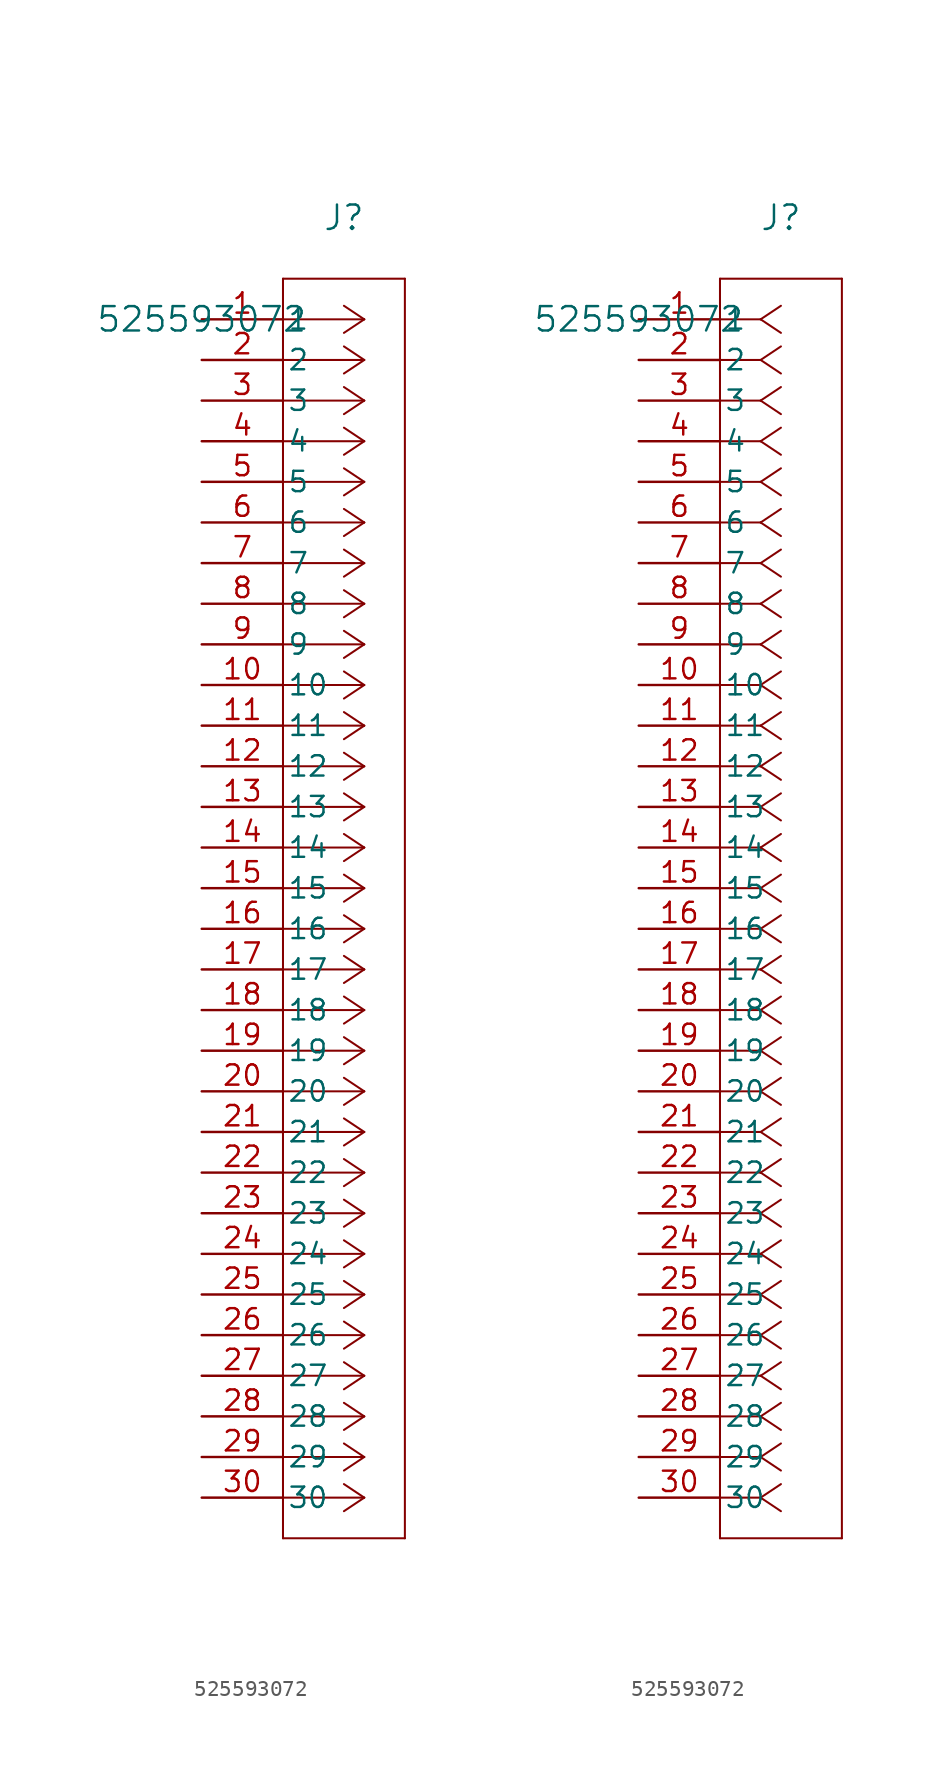
<source format=kicad_sym>
(kicad_symbol_lib
  (version 20241209)
  (generator "kicad_symbol_editor")
  (generator_version "9.0")
  (symbol "525593072"
    (pin_names
      (offset 0.254))
    (property "Reference" "J"
      (at 8.89 6.35 0)
      (effects (font (size 1.524 1.524))))
    (property "Value" "525593072"
      (at 0 0 0)
      (effects (font (size 1.524 1.524))))
    (symbol "525593072_1_1"
      (polyline (pts (xy 5.08 2.54) (xy 5.08 -76.2)) (stroke (width 0.127) (type default)) (fill (type none)))
      (polyline (pts (xy 5.08 -76.2) (xy 12.7 -76.2)) (stroke (width 0.127) (type default)) (fill (type none)))
      (polyline (pts (xy 10.16 0) (xy 5.08 0)) (stroke (width 0.127) (type default)) (fill (type none)))
      (polyline (pts (xy 10.16 0) (xy 8.89 0.847)) (stroke (width 0.127) (type default)) (fill (type none)))
      (polyline (pts (xy 10.16 0) (xy 8.89 -0.847)) (stroke (width 0.127) (type default)) (fill (type none)))
      (polyline (pts (xy 10.16 -2.54) (xy 5.08 -2.54)) (stroke (width 0.127) (type default)) (fill (type none)))
      (polyline (pts (xy 10.16 -2.54) (xy 8.89 -1.693)) (stroke (width 0.127) (type default)) (fill (type none)))
      (polyline (pts (xy 10.16 -2.54) (xy 8.89 -3.387)) (stroke (width 0.127) (type default)) (fill (type none)))
      (polyline (pts (xy 10.16 -5.08) (xy 5.08 -5.08)) (stroke (width 0.127) (type default)) (fill (type none)))
      (polyline (pts (xy 10.16 -5.08) (xy 8.89 -4.233)) (stroke (width 0.127) (type default)) (fill (type none)))
      (polyline (pts (xy 10.16 -5.08) (xy 8.89 -5.927)) (stroke (width 0.127) (type default)) (fill (type none)))
      (polyline (pts (xy 10.16 -7.62) (xy 5.08 -7.62)) (stroke (width 0.127) (type default)) (fill (type none)))
      (polyline (pts (xy 10.16 -7.62) (xy 8.89 -6.773)) (stroke (width 0.127) (type default)) (fill (type none)))
      (polyline (pts (xy 10.16 -7.62) (xy 8.89 -8.467)) (stroke (width 0.127) (type default)) (fill (type none)))
      (polyline (pts (xy 10.16 -10.16) (xy 5.08 -10.16)) (stroke (width 0.127) (type default)) (fill (type none)))
      (polyline (pts (xy 10.16 -10.16) (xy 8.89 -9.313)) (stroke (width 0.127) (type default)) (fill (type none)))
      (polyline (pts (xy 10.16 -10.16) (xy 8.89 -11.007)) (stroke (width 0.127) (type default)) (fill (type none)))
      (polyline (pts (xy 10.16 -12.7) (xy 5.08 -12.7)) (stroke (width 0.127) (type default)) (fill (type none)))
      (polyline (pts (xy 10.16 -12.7) (xy 8.89 -11.853)) (stroke (width 0.127) (type default)) (fill (type none)))
      (polyline (pts (xy 10.16 -12.7) (xy 8.89 -13.547)) (stroke (width 0.127) (type default)) (fill (type none)))
      (polyline (pts (xy 10.16 -15.24) (xy 5.08 -15.24)) (stroke (width 0.127) (type default)) (fill (type none)))
      (polyline (pts (xy 10.16 -15.24) (xy 8.89 -14.393)) (stroke (width 0.127) (type default)) (fill (type none)))
      (polyline (pts (xy 10.16 -15.24) (xy 8.89 -16.087)) (stroke (width 0.127) (type default)) (fill (type none)))
      (polyline (pts (xy 10.16 -17.78) (xy 5.08 -17.78)) (stroke (width 0.127) (type default)) (fill (type none)))
      (polyline (pts (xy 10.16 -17.78) (xy 8.89 -16.933)) (stroke (width 0.127) (type default)) (fill (type none)))
      (polyline (pts (xy 10.16 -17.78) (xy 8.89 -18.627)) (stroke (width 0.127) (type default)) (fill (type none)))
      (polyline (pts (xy 10.16 -20.32) (xy 5.08 -20.32)) (stroke (width 0.127) (type default)) (fill (type none)))
      (polyline (pts (xy 10.16 -20.32) (xy 8.89 -19.473)) (stroke (width 0.127) (type default)) (fill (type none)))
      (polyline (pts (xy 10.16 -20.32) (xy 8.89 -21.167)) (stroke (width 0.127) (type default)) (fill (type none)))
      (polyline (pts (xy 10.16 -22.86) (xy 5.08 -22.86)) (stroke (width 0.127) (type default)) (fill (type none)))
      (polyline (pts (xy 10.16 -22.86) (xy 8.89 -22.013)) (stroke (width 0.127) (type default)) (fill (type none)))
      (polyline (pts (xy 10.16 -22.86) (xy 8.89 -23.707)) (stroke (width 0.127) (type default)) (fill (type none)))
      (polyline (pts (xy 10.16 -25.4) (xy 5.08 -25.4)) (stroke (width 0.127) (type default)) (fill (type none)))
      (polyline (pts (xy 10.16 -25.4) (xy 8.89 -24.553)) (stroke (width 0.127) (type default)) (fill (type none)))
      (polyline (pts (xy 10.16 -25.4) (xy 8.89 -26.247)) (stroke (width 0.127) (type default)) (fill (type none)))
      (polyline (pts (xy 10.16 -27.94) (xy 5.08 -27.94)) (stroke (width 0.127) (type default)) (fill (type none)))
      (polyline (pts (xy 10.16 -27.94) (xy 8.89 -27.093)) (stroke (width 0.127) (type default)) (fill (type none)))
      (polyline (pts (xy 10.16 -27.94) (xy 8.89 -28.787)) (stroke (width 0.127) (type default)) (fill (type none)))
      (polyline (pts (xy 10.16 -30.48) (xy 5.08 -30.48)) (stroke (width 0.127) (type default)) (fill (type none)))
      (polyline (pts (xy 10.16 -30.48) (xy 8.89 -29.633)) (stroke (width 0.127) (type default)) (fill (type none)))
      (polyline (pts (xy 10.16 -30.48) (xy 8.89 -31.327)) (stroke (width 0.127) (type default)) (fill (type none)))
      (polyline (pts (xy 10.16 -33.02) (xy 5.08 -33.02)) (stroke (width 0.127) (type default)) (fill (type none)))
      (polyline (pts (xy 10.16 -33.02) (xy 8.89 -32.173)) (stroke (width 0.127) (type default)) (fill (type none)))
      (polyline (pts (xy 10.16 -33.02) (xy 8.89 -33.867)) (stroke (width 0.127) (type default)) (fill (type none)))
      (polyline (pts (xy 10.16 -35.56) (xy 5.08 -35.56)) (stroke (width 0.127) (type default)) (fill (type none)))
      (polyline (pts (xy 10.16 -35.56) (xy 8.89 -34.713)) (stroke (width 0.127) (type default)) (fill (type none)))
      (polyline (pts (xy 10.16 -35.56) (xy 8.89 -36.407)) (stroke (width 0.127) (type default)) (fill (type none)))
      (polyline (pts (xy 10.16 -38.1) (xy 5.08 -38.1)) (stroke (width 0.127) (type default)) (fill (type none)))
      (polyline (pts (xy 10.16 -38.1) (xy 8.89 -37.253)) (stroke (width 0.127) (type default)) (fill (type none)))
      (polyline (pts (xy 10.16 -38.1) (xy 8.89 -38.947)) (stroke (width 0.127) (type default)) (fill (type none)))
      (polyline (pts (xy 10.16 -40.64) (xy 5.08 -40.64)) (stroke (width 0.127) (type default)) (fill (type none)))
      (polyline (pts (xy 10.16 -40.64) (xy 8.89 -39.793)) (stroke (width 0.127) (type default)) (fill (type none)))
      (polyline (pts (xy 10.16 -40.64) (xy 8.89 -41.487)) (stroke (width 0.127) (type default)) (fill (type none)))
      (polyline (pts (xy 10.16 -43.18) (xy 5.08 -43.18)) (stroke (width 0.127) (type default)) (fill (type none)))
      (polyline (pts (xy 10.16 -43.18) (xy 8.89 -42.333)) (stroke (width 0.127) (type default)) (fill (type none)))
      (polyline (pts (xy 10.16 -43.18) (xy 8.89 -44.027)) (stroke (width 0.127) (type default)) (fill (type none)))
      (polyline (pts (xy 10.16 -45.72) (xy 5.08 -45.72)) (stroke (width 0.127) (type default)) (fill (type none)))
      (polyline (pts (xy 10.16 -45.72) (xy 8.89 -44.873)) (stroke (width 0.127) (type default)) (fill (type none)))
      (polyline (pts (xy 10.16 -45.72) (xy 8.89 -46.567)) (stroke (width 0.127) (type default)) (fill (type none)))
      (polyline (pts (xy 10.16 -48.26) (xy 5.08 -48.26)) (stroke (width 0.127) (type default)) (fill (type none)))
      (polyline (pts (xy 10.16 -48.26) (xy 8.89 -47.413)) (stroke (width 0.127) (type default)) (fill (type none)))
      (polyline (pts (xy 10.16 -48.26) (xy 8.89 -49.107)) (stroke (width 0.127) (type default)) (fill (type none)))
      (polyline (pts (xy 10.16 -50.8) (xy 5.08 -50.8)) (stroke (width 0.127) (type default)) (fill (type none)))
      (polyline (pts (xy 10.16 -50.8) (xy 8.89 -49.953)) (stroke (width 0.127) (type default)) (fill (type none)))
      (polyline (pts (xy 10.16 -50.8) (xy 8.89 -51.647)) (stroke (width 0.127) (type default)) (fill (type none)))
      (polyline (pts (xy 10.16 -53.34) (xy 5.08 -53.34)) (stroke (width 0.127) (type default)) (fill (type none)))
      (polyline (pts (xy 10.16 -53.34) (xy 8.89 -52.493)) (stroke (width 0.127) (type default)) (fill (type none)))
      (polyline (pts (xy 10.16 -53.34) (xy 8.89 -54.187)) (stroke (width 0.127) (type default)) (fill (type none)))
      (polyline (pts (xy 10.16 -55.88) (xy 5.08 -55.88)) (stroke (width 0.127) (type default)) (fill (type none)))
      (polyline (pts (xy 10.16 -55.88) (xy 8.89 -55.033)) (stroke (width 0.127) (type default)) (fill (type none)))
      (polyline (pts (xy 10.16 -55.88) (xy 8.89 -56.727)) (stroke (width 0.127) (type default)) (fill (type none)))
      (polyline (pts (xy 10.16 -58.42) (xy 5.08 -58.42)) (stroke (width 0.127) (type default)) (fill (type none)))
      (polyline (pts (xy 10.16 -58.42) (xy 8.89 -57.573)) (stroke (width 0.127) (type default)) (fill (type none)))
      (polyline (pts (xy 10.16 -58.42) (xy 8.89 -59.267)) (stroke (width 0.127) (type default)) (fill (type none)))
      (polyline (pts (xy 10.16 -60.96) (xy 5.08 -60.96)) (stroke (width 0.127) (type default)) (fill (type none)))
      (polyline (pts (xy 10.16 -60.96) (xy 8.89 -60.113)) (stroke (width 0.127) (type default)) (fill (type none)))
      (polyline (pts (xy 10.16 -60.96) (xy 8.89 -61.807)) (stroke (width 0.127) (type default)) (fill (type none)))
      (polyline (pts (xy 10.16 -63.5) (xy 5.08 -63.5)) (stroke (width 0.127) (type default)) (fill (type none)))
      (polyline (pts (xy 10.16 -63.5) (xy 8.89 -62.653)) (stroke (width 0.127) (type default)) (fill (type none)))
      (polyline (pts (xy 10.16 -63.5) (xy 8.89 -64.347)) (stroke (width 0.127) (type default)) (fill (type none)))
      (polyline (pts (xy 10.16 -66.04) (xy 5.08 -66.04)) (stroke (width 0.127) (type default)) (fill (type none)))
      (polyline (pts (xy 10.16 -66.04) (xy 8.89 -65.193)) (stroke (width 0.127) (type default)) (fill (type none)))
      (polyline (pts (xy 10.16 -66.04) (xy 8.89 -66.887)) (stroke (width 0.127) (type default)) (fill (type none)))
      (polyline (pts (xy 10.16 -68.58) (xy 5.08 -68.58)) (stroke (width 0.127) (type default)) (fill (type none)))
      (polyline (pts (xy 10.16 -68.58) (xy 8.89 -67.733)) (stroke (width 0.127) (type default)) (fill (type none)))
      (polyline (pts (xy 10.16 -68.58) (xy 8.89 -69.427)) (stroke (width 0.127) (type default)) (fill (type none)))
      (polyline (pts (xy 10.16 -71.12) (xy 5.08 -71.12)) (stroke (width 0.127) (type default)) (fill (type none)))
      (polyline (pts (xy 10.16 -71.12) (xy 8.89 -70.273)) (stroke (width 0.127) (type default)) (fill (type none)))
      (polyline (pts (xy 10.16 -71.12) (xy 8.89 -71.967)) (stroke (width 0.127) (type default)) (fill (type none)))
      (polyline (pts (xy 10.16 -73.66) (xy 5.08 -73.66)) (stroke (width 0.127) (type default)) (fill (type none)))
      (polyline (pts (xy 10.16 -73.66) (xy 8.89 -72.813)) (stroke (width 0.127) (type default)) (fill (type none)))
      (polyline (pts (xy 10.16 -73.66) (xy 8.89 -74.507)) (stroke (width 0.127) (type default)) (fill (type none)))
      (polyline (pts (xy 12.7 2.54) (xy 5.08 2.54)) (stroke (width 0.127) (type default)) (fill (type none)))
      (polyline (pts (xy 12.7 -76.2) (xy 12.7 2.54)) (stroke (width 0.127) (type default)) (fill (type none)))
      (pin unspecified line (at 0 0 0) (length 5.08) (name "1" (effects (font (size 1.27 1.27)))) (number "1" (effects (font (size 1.27 1.27)))))
      (pin unspecified line (at 0 -2.54 0) (length 5.08) (name "2" (effects (font (size 1.27 1.27)))) (number "2" (effects (font (size 1.27 1.27)))))
      (pin unspecified line (at 0 -5.08 0) (length 5.08) (name "3" (effects (font (size 1.27 1.27)))) (number "3" (effects (font (size 1.27 1.27)))))
      (pin unspecified line (at 0 -7.62 0) (length 5.08) (name "4" (effects (font (size 1.27 1.27)))) (number "4" (effects (font (size 1.27 1.27)))))
      (pin unspecified line (at 0 -10.16 0) (length 5.08) (name "5" (effects (font (size 1.27 1.27)))) (number "5" (effects (font (size 1.27 1.27)))))
      (pin unspecified line (at 0 -12.7 0) (length 5.08) (name "6" (effects (font (size 1.27 1.27)))) (number "6" (effects (font (size 1.27 1.27)))))
      (pin unspecified line (at 0 -15.24 0) (length 5.08) (name "7" (effects (font (size 1.27 1.27)))) (number "7" (effects (font (size 1.27 1.27)))))
      (pin unspecified line (at 0 -17.78 0) (length 5.08) (name "8" (effects (font (size 1.27 1.27)))) (number "8" (effects (font (size 1.27 1.27)))))
      (pin unspecified line (at 0 -20.32 0) (length 5.08) (name "9" (effects (font (size 1.27 1.27)))) (number "9" (effects (font (size 1.27 1.27)))))
      (pin unspecified line (at 0 -22.86 0) (length 5.08) (name "10" (effects (font (size 1.27 1.27)))) (number "10" (effects (font (size 1.27 1.27)))))
      (pin unspecified line (at 0 -25.4 0) (length 5.08) (name "11" (effects (font (size 1.27 1.27)))) (number "11" (effects (font (size 1.27 1.27)))))
      (pin unspecified line (at 0 -27.94 0) (length 5.08) (name "12" (effects (font (size 1.27 1.27)))) (number "12" (effects (font (size 1.27 1.27)))))
      (pin unspecified line (at 0 -30.48 0) (length 5.08) (name "13" (effects (font (size 1.27 1.27)))) (number "13" (effects (font (size 1.27 1.27)))))
      (pin unspecified line (at 0 -33.02 0) (length 5.08) (name "14" (effects (font (size 1.27 1.27)))) (number "14" (effects (font (size 1.27 1.27)))))
      (pin unspecified line (at 0 -35.56 0) (length 5.08) (name "15" (effects (font (size 1.27 1.27)))) (number "15" (effects (font (size 1.27 1.27)))))
      (pin unspecified line (at 0 -38.1 0) (length 5.08) (name "16" (effects (font (size 1.27 1.27)))) (number "16" (effects (font (size 1.27 1.27)))))
      (pin unspecified line (at 0 -40.64 0) (length 5.08) (name "17" (effects (font (size 1.27 1.27)))) (number "17" (effects (font (size 1.27 1.27)))))
      (pin unspecified line (at 0 -43.18 0) (length 5.08) (name "18" (effects (font (size 1.27 1.27)))) (number "18" (effects (font (size 1.27 1.27)))))
      (pin unspecified line (at 0 -45.72 0) (length 5.08) (name "19" (effects (font (size 1.27 1.27)))) (number "19" (effects (font (size 1.27 1.27)))))
      (pin unspecified line (at 0 -48.26 0) (length 5.08) (name "20" (effects (font (size 1.27 1.27)))) (number "20" (effects (font (size 1.27 1.27)))))
      (pin unspecified line (at 0 -50.8 0) (length 5.08) (name "21" (effects (font (size 1.27 1.27)))) (number "21" (effects (font (size 1.27 1.27)))))
      (pin unspecified line (at 0 -53.34 0) (length 5.08) (name "22" (effects (font (size 1.27 1.27)))) (number "22" (effects (font (size 1.27 1.27)))))
      (pin unspecified line (at 0 -55.88 0) (length 5.08) (name "23" (effects (font (size 1.27 1.27)))) (number "23" (effects (font (size 1.27 1.27)))))
      (pin unspecified line (at 0 -58.42 0) (length 5.08) (name "24" (effects (font (size 1.27 1.27)))) (number "24" (effects (font (size 1.27 1.27)))))
      (pin unspecified line (at 0 -60.96 0) (length 5.08) (name "25" (effects (font (size 1.27 1.27)))) (number "25" (effects (font (size 1.27 1.27)))))
      (pin unspecified line (at 0 -63.5 0) (length 5.08) (name "26" (effects (font (size 1.27 1.27)))) (number "26" (effects (font (size 1.27 1.27)))))
      (pin unspecified line (at 0 -66.04 0) (length 5.08) (name "27" (effects (font (size 1.27 1.27)))) (number "27" (effects (font (size 1.27 1.27)))))
      (pin unspecified line (at 0 -68.58 0) (length 5.08) (name "28" (effects (font (size 1.27 1.27)))) (number "28" (effects (font (size 1.27 1.27)))))
      (pin unspecified line (at 0 -71.12 0) (length 5.08) (name "29" (effects (font (size 1.27 1.27)))) (number "29" (effects (font (size 1.27 1.27)))))
      (pin unspecified line (at 0 -73.66 0) (length 5.08) (name "30" (effects (font (size 1.27 1.27)))) (number "30" (effects (font (size 1.27 1.27))))))
    (symbol "525593072_1_2"
      (polyline (pts (xy 5.08 2.54) (xy 5.08 -76.2)) (stroke (width 0.127) (type default)) (fill (type none)))
      (polyline (pts (xy 5.08 -76.2) (xy 12.7 -76.2)) (stroke (width 0.127) (type default)) (fill (type none)))
      (polyline (pts (xy 7.62 0) (xy 5.08 0)) (stroke (width 0.127) (type default)) (fill (type none)))
      (polyline (pts (xy 7.62 0) (xy 8.89 0.847)) (stroke (width 0.127) (type default)) (fill (type none)))
      (polyline (pts (xy 7.62 0) (xy 8.89 -0.847)) (stroke (width 0.127) (type default)) (fill (type none)))
      (polyline (pts (xy 7.62 -2.54) (xy 5.08 -2.54)) (stroke (width 0.127) (type default)) (fill (type none)))
      (polyline (pts (xy 7.62 -2.54) (xy 8.89 -1.693)) (stroke (width 0.127) (type default)) (fill (type none)))
      (polyline (pts (xy 7.62 -2.54) (xy 8.89 -3.387)) (stroke (width 0.127) (type default)) (fill (type none)))
      (polyline (pts (xy 7.62 -5.08) (xy 5.08 -5.08)) (stroke (width 0.127) (type default)) (fill (type none)))
      (polyline (pts (xy 7.62 -5.08) (xy 8.89 -4.233)) (stroke (width 0.127) (type default)) (fill (type none)))
      (polyline (pts (xy 7.62 -5.08) (xy 8.89 -5.927)) (stroke (width 0.127) (type default)) (fill (type none)))
      (polyline (pts (xy 7.62 -7.62) (xy 5.08 -7.62)) (stroke (width 0.127) (type default)) (fill (type none)))
      (polyline (pts (xy 7.62 -7.62) (xy 8.89 -6.773)) (stroke (width 0.127) (type default)) (fill (type none)))
      (polyline (pts (xy 7.62 -7.62) (xy 8.89 -8.467)) (stroke (width 0.127) (type default)) (fill (type none)))
      (polyline (pts (xy 7.62 -10.16) (xy 5.08 -10.16)) (stroke (width 0.127) (type default)) (fill (type none)))
      (polyline (pts (xy 7.62 -10.16) (xy 8.89 -9.313)) (stroke (width 0.127) (type default)) (fill (type none)))
      (polyline (pts (xy 7.62 -10.16) (xy 8.89 -11.007)) (stroke (width 0.127) (type default)) (fill (type none)))
      (polyline (pts (xy 7.62 -12.7) (xy 5.08 -12.7)) (stroke (width 0.127) (type default)) (fill (type none)))
      (polyline (pts (xy 7.62 -12.7) (xy 8.89 -11.853)) (stroke (width 0.127) (type default)) (fill (type none)))
      (polyline (pts (xy 7.62 -12.7) (xy 8.89 -13.547)) (stroke (width 0.127) (type default)) (fill (type none)))
      (polyline (pts (xy 7.62 -15.24) (xy 5.08 -15.24)) (stroke (width 0.127) (type default)) (fill (type none)))
      (polyline (pts (xy 7.62 -15.24) (xy 8.89 -14.393)) (stroke (width 0.127) (type default)) (fill (type none)))
      (polyline (pts (xy 7.62 -15.24) (xy 8.89 -16.087)) (stroke (width 0.127) (type default)) (fill (type none)))
      (polyline (pts (xy 7.62 -17.78) (xy 5.08 -17.78)) (stroke (width 0.127) (type default)) (fill (type none)))
      (polyline (pts (xy 7.62 -17.78) (xy 8.89 -16.933)) (stroke (width 0.127) (type default)) (fill (type none)))
      (polyline (pts (xy 7.62 -17.78) (xy 8.89 -18.627)) (stroke (width 0.127) (type default)) (fill (type none)))
      (polyline (pts (xy 7.62 -20.32) (xy 5.08 -20.32)) (stroke (width 0.127) (type default)) (fill (type none)))
      (polyline (pts (xy 7.62 -20.32) (xy 8.89 -19.473)) (stroke (width 0.127) (type default)) (fill (type none)))
      (polyline (pts (xy 7.62 -20.32) (xy 8.89 -21.167)) (stroke (width 0.127) (type default)) (fill (type none)))
      (polyline (pts (xy 7.62 -22.86) (xy 5.08 -22.86)) (stroke (width 0.127) (type default)) (fill (type none)))
      (polyline (pts (xy 7.62 -22.86) (xy 8.89 -22.013)) (stroke (width 0.127) (type default)) (fill (type none)))
      (polyline (pts (xy 7.62 -22.86) (xy 8.89 -23.707)) (stroke (width 0.127) (type default)) (fill (type none)))
      (polyline (pts (xy 7.62 -25.4) (xy 5.08 -25.4)) (stroke (width 0.127) (type default)) (fill (type none)))
      (polyline (pts (xy 7.62 -25.4) (xy 8.89 -24.553)) (stroke (width 0.127) (type default)) (fill (type none)))
      (polyline (pts (xy 7.62 -25.4) (xy 8.89 -26.247)) (stroke (width 0.127) (type default)) (fill (type none)))
      (polyline (pts (xy 7.62 -27.94) (xy 5.08 -27.94)) (stroke (width 0.127) (type default)) (fill (type none)))
      (polyline (pts (xy 7.62 -27.94) (xy 8.89 -27.093)) (stroke (width 0.127) (type default)) (fill (type none)))
      (polyline (pts (xy 7.62 -27.94) (xy 8.89 -28.787)) (stroke (width 0.127) (type default)) (fill (type none)))
      (polyline (pts (xy 7.62 -30.48) (xy 5.08 -30.48)) (stroke (width 0.127) (type default)) (fill (type none)))
      (polyline (pts (xy 7.62 -30.48) (xy 8.89 -29.633)) (stroke (width 0.127) (type default)) (fill (type none)))
      (polyline (pts (xy 7.62 -30.48) (xy 8.89 -31.327)) (stroke (width 0.127) (type default)) (fill (type none)))
      (polyline (pts (xy 7.62 -33.02) (xy 5.08 -33.02)) (stroke (width 0.127) (type default)) (fill (type none)))
      (polyline (pts (xy 7.62 -33.02) (xy 8.89 -32.173)) (stroke (width 0.127) (type default)) (fill (type none)))
      (polyline (pts (xy 7.62 -33.02) (xy 8.89 -33.867)) (stroke (width 0.127) (type default)) (fill (type none)))
      (polyline (pts (xy 7.62 -35.56) (xy 5.08 -35.56)) (stroke (width 0.127) (type default)) (fill (type none)))
      (polyline (pts (xy 7.62 -35.56) (xy 8.89 -34.713)) (stroke (width 0.127) (type default)) (fill (type none)))
      (polyline (pts (xy 7.62 -35.56) (xy 8.89 -36.407)) (stroke (width 0.127) (type default)) (fill (type none)))
      (polyline (pts (xy 7.62 -38.1) (xy 5.08 -38.1)) (stroke (width 0.127) (type default)) (fill (type none)))
      (polyline (pts (xy 7.62 -38.1) (xy 8.89 -37.253)) (stroke (width 0.127) (type default)) (fill (type none)))
      (polyline (pts (xy 7.62 -38.1) (xy 8.89 -38.947)) (stroke (width 0.127) (type default)) (fill (type none)))
      (polyline (pts (xy 7.62 -40.64) (xy 5.08 -40.64)) (stroke (width 0.127) (type default)) (fill (type none)))
      (polyline (pts (xy 7.62 -40.64) (xy 8.89 -39.793)) (stroke (width 0.127) (type default)) (fill (type none)))
      (polyline (pts (xy 7.62 -40.64) (xy 8.89 -41.487)) (stroke (width 0.127) (type default)) (fill (type none)))
      (polyline (pts (xy 7.62 -43.18) (xy 5.08 -43.18)) (stroke (width 0.127) (type default)) (fill (type none)))
      (polyline (pts (xy 7.62 -43.18) (xy 8.89 -42.333)) (stroke (width 0.127) (type default)) (fill (type none)))
      (polyline (pts (xy 7.62 -43.18) (xy 8.89 -44.027)) (stroke (width 0.127) (type default)) (fill (type none)))
      (polyline (pts (xy 7.62 -45.72) (xy 5.08 -45.72)) (stroke (width 0.127) (type default)) (fill (type none)))
      (polyline (pts (xy 7.62 -45.72) (xy 8.89 -44.873)) (stroke (width 0.127) (type default)) (fill (type none)))
      (polyline (pts (xy 7.62 -45.72) (xy 8.89 -46.567)) (stroke (width 0.127) (type default)) (fill (type none)))
      (polyline (pts (xy 7.62 -48.26) (xy 5.08 -48.26)) (stroke (width 0.127) (type default)) (fill (type none)))
      (polyline (pts (xy 7.62 -48.26) (xy 8.89 -47.413)) (stroke (width 0.127) (type default)) (fill (type none)))
      (polyline (pts (xy 7.62 -48.26) (xy 8.89 -49.107)) (stroke (width 0.127) (type default)) (fill (type none)))
      (polyline (pts (xy 7.62 -50.8) (xy 5.08 -50.8)) (stroke (width 0.127) (type default)) (fill (type none)))
      (polyline (pts (xy 7.62 -50.8) (xy 8.89 -49.953)) (stroke (width 0.127) (type default)) (fill (type none)))
      (polyline (pts (xy 7.62 -50.8) (xy 8.89 -51.647)) (stroke (width 0.127) (type default)) (fill (type none)))
      (polyline (pts (xy 7.62 -53.34) (xy 5.08 -53.34)) (stroke (width 0.127) (type default)) (fill (type none)))
      (polyline (pts (xy 7.62 -53.34) (xy 8.89 -52.493)) (stroke (width 0.127) (type default)) (fill (type none)))
      (polyline (pts (xy 7.62 -53.34) (xy 8.89 -54.187)) (stroke (width 0.127) (type default)) (fill (type none)))
      (polyline (pts (xy 7.62 -55.88) (xy 5.08 -55.88)) (stroke (width 0.127) (type default)) (fill (type none)))
      (polyline (pts (xy 7.62 -55.88) (xy 8.89 -55.033)) (stroke (width 0.127) (type default)) (fill (type none)))
      (polyline (pts (xy 7.62 -55.88) (xy 8.89 -56.727)) (stroke (width 0.127) (type default)) (fill (type none)))
      (polyline (pts (xy 7.62 -58.42) (xy 5.08 -58.42)) (stroke (width 0.127) (type default)) (fill (type none)))
      (polyline (pts (xy 7.62 -58.42) (xy 8.89 -57.573)) (stroke (width 0.127) (type default)) (fill (type none)))
      (polyline (pts (xy 7.62 -58.42) (xy 8.89 -59.267)) (stroke (width 0.127) (type default)) (fill (type none)))
      (polyline (pts (xy 7.62 -60.96) (xy 5.08 -60.96)) (stroke (width 0.127) (type default)) (fill (type none)))
      (polyline (pts (xy 7.62 -60.96) (xy 8.89 -60.113)) (stroke (width 0.127) (type default)) (fill (type none)))
      (polyline (pts (xy 7.62 -60.96) (xy 8.89 -61.807)) (stroke (width 0.127) (type default)) (fill (type none)))
      (polyline (pts (xy 7.62 -63.5) (xy 5.08 -63.5)) (stroke (width 0.127) (type default)) (fill (type none)))
      (polyline (pts (xy 7.62 -63.5) (xy 8.89 -62.653)) (stroke (width 0.127) (type default)) (fill (type none)))
      (polyline (pts (xy 7.62 -63.5) (xy 8.89 -64.347)) (stroke (width 0.127) (type default)) (fill (type none)))
      (polyline (pts (xy 7.62 -66.04) (xy 5.08 -66.04)) (stroke (width 0.127) (type default)) (fill (type none)))
      (polyline (pts (xy 7.62 -66.04) (xy 8.89 -65.193)) (stroke (width 0.127) (type default)) (fill (type none)))
      (polyline (pts (xy 7.62 -66.04) (xy 8.89 -66.887)) (stroke (width 0.127) (type default)) (fill (type none)))
      (polyline (pts (xy 7.62 -68.58) (xy 5.08 -68.58)) (stroke (width 0.127) (type default)) (fill (type none)))
      (polyline (pts (xy 7.62 -68.58) (xy 8.89 -67.733)) (stroke (width 0.127) (type default)) (fill (type none)))
      (polyline (pts (xy 7.62 -68.58) (xy 8.89 -69.427)) (stroke (width 0.127) (type default)) (fill (type none)))
      (polyline (pts (xy 7.62 -71.12) (xy 5.08 -71.12)) (stroke (width 0.127) (type default)) (fill (type none)))
      (polyline (pts (xy 7.62 -71.12) (xy 8.89 -70.273)) (stroke (width 0.127) (type default)) (fill (type none)))
      (polyline (pts (xy 7.62 -71.12) (xy 8.89 -71.967)) (stroke (width 0.127) (type default)) (fill (type none)))
      (polyline (pts (xy 7.62 -73.66) (xy 5.08 -73.66)) (stroke (width 0.127) (type default)) (fill (type none)))
      (polyline (pts (xy 7.62 -73.66) (xy 8.89 -72.813)) (stroke (width 0.127) (type default)) (fill (type none)))
      (polyline (pts (xy 7.62 -73.66) (xy 8.89 -74.507)) (stroke (width 0.127) (type default)) (fill (type none)))
      (polyline (pts (xy 12.7 2.54) (xy 5.08 2.54)) (stroke (width 0.127) (type default)) (fill (type none)))
      (polyline (pts (xy 12.7 -76.2) (xy 12.7 2.54)) (stroke (width 0.127) (type default)) (fill (type none)))
      (pin unspecified line (at 0 0 0) (length 5.08) (name "1" (effects (font (size 1.27 1.27)))) (number "1" (effects (font (size 1.27 1.27)))))
      (pin unspecified line (at 0 -2.54 0) (length 5.08) (name "2" (effects (font (size 1.27 1.27)))) (number "2" (effects (font (size 1.27 1.27)))))
      (pin unspecified line (at 0 -5.08 0) (length 5.08) (name "3" (effects (font (size 1.27 1.27)))) (number "3" (effects (font (size 1.27 1.27)))))
      (pin unspecified line (at 0 -7.62 0) (length 5.08) (name "4" (effects (font (size 1.27 1.27)))) (number "4" (effects (font (size 1.27 1.27)))))
      (pin unspecified line (at 0 -10.16 0) (length 5.08) (name "5" (effects (font (size 1.27 1.27)))) (number "5" (effects (font (size 1.27 1.27)))))
      (pin unspecified line (at 0 -12.7 0) (length 5.08) (name "6" (effects (font (size 1.27 1.27)))) (number "6" (effects (font (size 1.27 1.27)))))
      (pin unspecified line (at 0 -15.24 0) (length 5.08) (name "7" (effects (font (size 1.27 1.27)))) (number "7" (effects (font (size 1.27 1.27)))))
      (pin unspecified line (at 0 -17.78 0) (length 5.08) (name "8" (effects (font (size 1.27 1.27)))) (number "8" (effects (font (size 1.27 1.27)))))
      (pin unspecified line (at 0 -20.32 0) (length 5.08) (name "9" (effects (font (size 1.27 1.27)))) (number "9" (effects (font (size 1.27 1.27)))))
      (pin unspecified line (at 0 -22.86 0) (length 5.08) (name "10" (effects (font (size 1.27 1.27)))) (number "10" (effects (font (size 1.27 1.27)))))
      (pin unspecified line (at 0 -25.4 0) (length 5.08) (name "11" (effects (font (size 1.27 1.27)))) (number "11" (effects (font (size 1.27 1.27)))))
      (pin unspecified line (at 0 -27.94 0) (length 5.08) (name "12" (effects (font (size 1.27 1.27)))) (number "12" (effects (font (size 1.27 1.27)))))
      (pin unspecified line (at 0 -30.48 0) (length 5.08) (name "13" (effects (font (size 1.27 1.27)))) (number "13" (effects (font (size 1.27 1.27)))))
      (pin unspecified line (at 0 -33.02 0) (length 5.08) (name "14" (effects (font (size 1.27 1.27)))) (number "14" (effects (font (size 1.27 1.27)))))
      (pin unspecified line (at 0 -35.56 0) (length 5.08) (name "15" (effects (font (size 1.27 1.27)))) (number "15" (effects (font (size 1.27 1.27)))))
      (pin unspecified line (at 0 -38.1 0) (length 5.08) (name "16" (effects (font (size 1.27 1.27)))) (number "16" (effects (font (size 1.27 1.27)))))
      (pin unspecified line (at 0 -40.64 0) (length 5.08) (name "17" (effects (font (size 1.27 1.27)))) (number "17" (effects (font (size 1.27 1.27)))))
      (pin unspecified line (at 0 -43.18 0) (length 5.08) (name "18" (effects (font (size 1.27 1.27)))) (number "18" (effects (font (size 1.27 1.27)))))
      (pin unspecified line (at 0 -45.72 0) (length 5.08) (name "19" (effects (font (size 1.27 1.27)))) (number "19" (effects (font (size 1.27 1.27)))))
      (pin unspecified line (at 0 -48.26 0) (length 5.08) (name "20" (effects (font (size 1.27 1.27)))) (number "20" (effects (font (size 1.27 1.27)))))
      (pin unspecified line (at 0 -50.8 0) (length 5.08) (name "21" (effects (font (size 1.27 1.27)))) (number "21" (effects (font (size 1.27 1.27)))))
      (pin unspecified line (at 0 -53.34 0) (length 5.08) (name "22" (effects (font (size 1.27 1.27)))) (number "22" (effects (font (size 1.27 1.27)))))
      (pin unspecified line (at 0 -55.88 0) (length 5.08) (name "23" (effects (font (size 1.27 1.27)))) (number "23" (effects (font (size 1.27 1.27)))))
      (pin unspecified line (at 0 -58.42 0) (length 5.08) (name "24" (effects (font (size 1.27 1.27)))) (number "24" (effects (font (size 1.27 1.27)))))
      (pin unspecified line (at 0 -60.96 0) (length 5.08) (name "25" (effects (font (size 1.27 1.27)))) (number "25" (effects (font (size 1.27 1.27)))))
      (pin unspecified line (at 0 -63.5 0) (length 5.08) (name "26" (effects (font (size 1.27 1.27)))) (number "26" (effects (font (size 1.27 1.27)))))
      (pin unspecified line (at 0 -66.04 0) (length 5.08) (name "27" (effects (font (size 1.27 1.27)))) (number "27" (effects (font (size 1.27 1.27)))))
      (pin unspecified line (at 0 -68.58 0) (length 5.08) (name "28" (effects (font (size 1.27 1.27)))) (number "28" (effects (font (size 1.27 1.27)))))
      (pin unspecified line (at 0 -71.12 0) (length 5.08) (name "29" (effects (font (size 1.27 1.27)))) (number "29" (effects (font (size 1.27 1.27)))))
      (pin unspecified line (at 0 -73.66 0) (length 5.08) (name "30" (effects (font (size 1.27 1.27)))) (number "30" (effects (font (size 1.27 1.27))))))))
</source>
